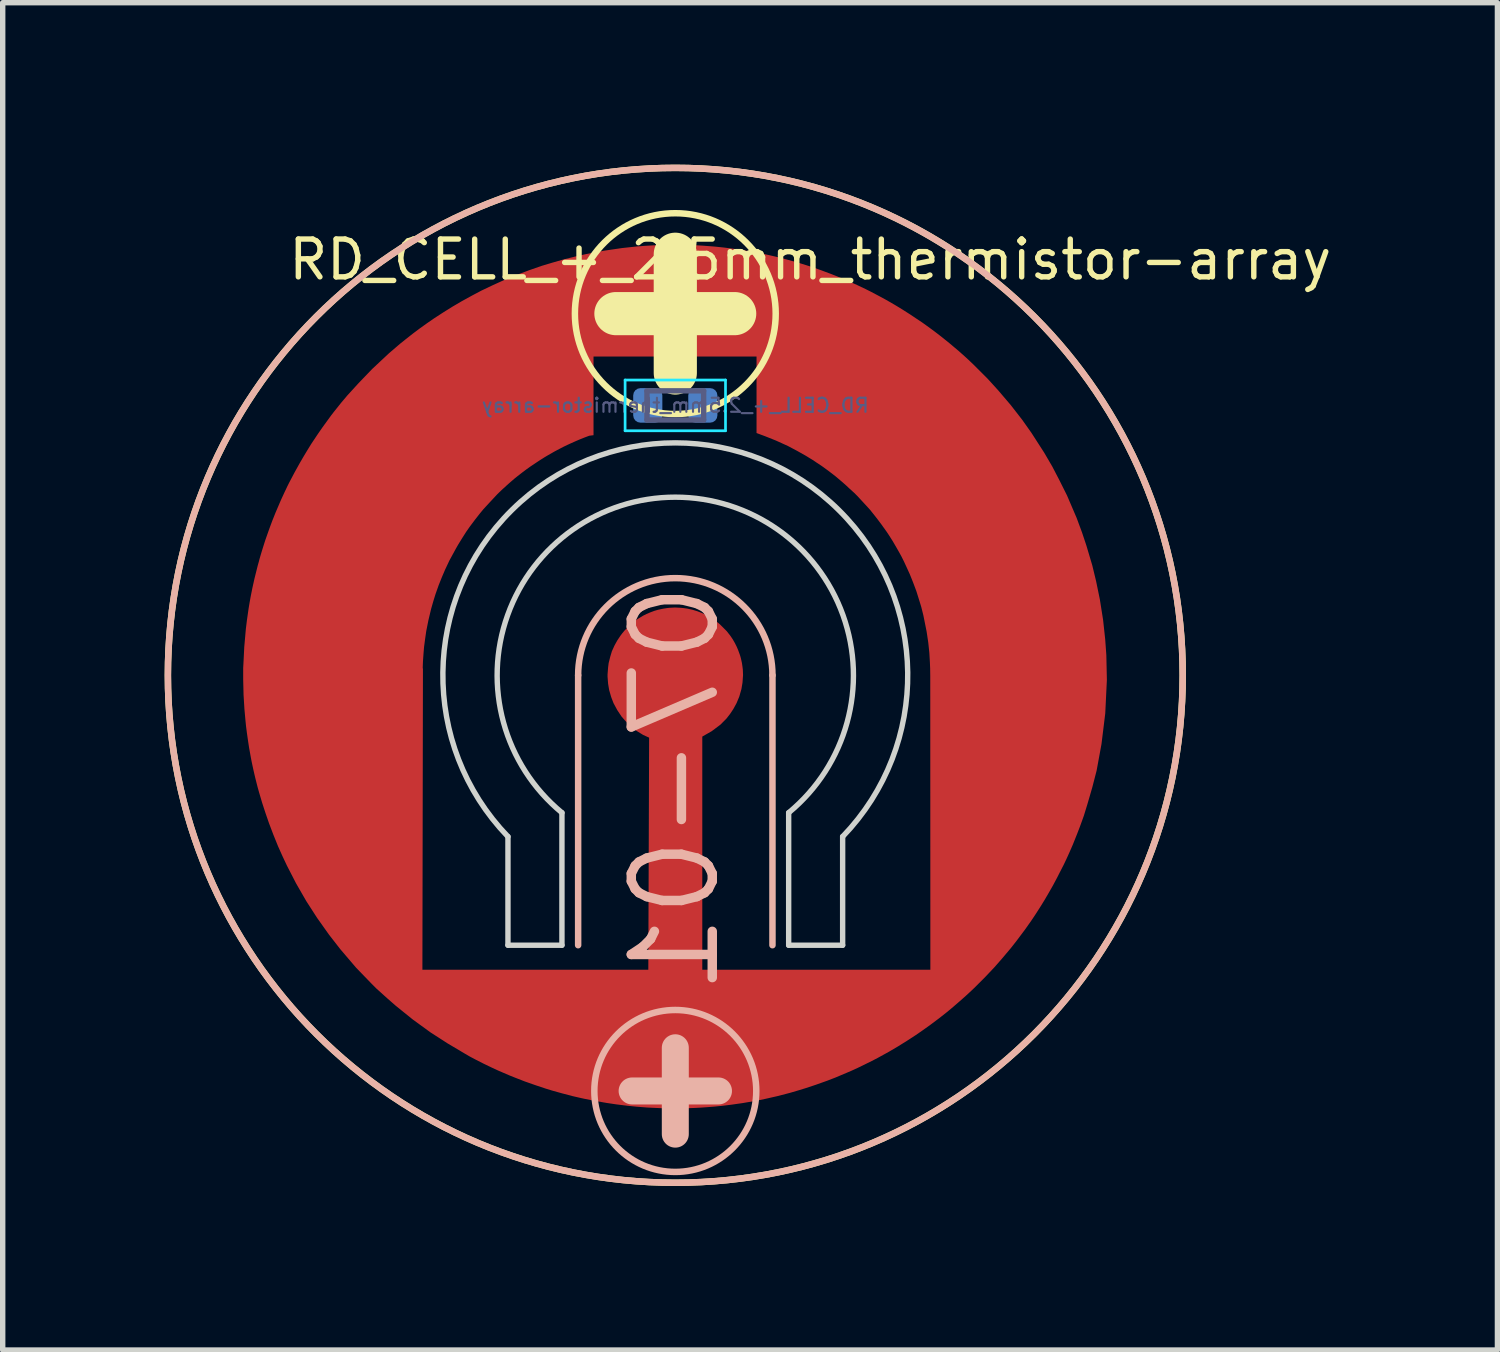
<source format=kicad_pcb>
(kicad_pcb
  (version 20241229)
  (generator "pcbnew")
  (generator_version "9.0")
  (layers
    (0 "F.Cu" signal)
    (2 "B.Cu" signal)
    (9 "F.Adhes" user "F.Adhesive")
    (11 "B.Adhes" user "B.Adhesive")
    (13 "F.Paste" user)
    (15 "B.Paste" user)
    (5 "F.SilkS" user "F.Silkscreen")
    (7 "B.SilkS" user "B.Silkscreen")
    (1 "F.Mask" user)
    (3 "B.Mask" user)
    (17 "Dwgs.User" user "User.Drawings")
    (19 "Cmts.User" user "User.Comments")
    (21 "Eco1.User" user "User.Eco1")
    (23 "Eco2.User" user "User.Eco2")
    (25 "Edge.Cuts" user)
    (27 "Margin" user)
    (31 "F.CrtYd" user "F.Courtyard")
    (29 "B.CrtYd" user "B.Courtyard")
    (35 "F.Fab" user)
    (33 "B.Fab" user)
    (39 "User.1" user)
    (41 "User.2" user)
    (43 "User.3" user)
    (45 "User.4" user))
  (footprint "RD_CELL_+_2.5mm_thermistor-array"
    (layer "F.Cu")
    (at 9.46 9.46)
    (property "Reference" "RD_CELL_+_2.5mm_thermistor-array" (at 2.5 -7.7 0) (layer "F.SilkS") (effects (font (size 0.7 0.7) (thickness 0.1))))
    (property "Number" "07-01" (at 0 0 0) (layer "F.Fab") (hide yes) (effects (font (size 1.27 1.27) (thickness 0.15))))
    (attr through_hole exclude_from_pos_files exclude_from_bom)
    (fp_line (start -9.1 -1.15) (end -8.95 -1.3) (stroke (width 0.3) (type solid)) (layer "In1.Cu"))
    (fp_line (start -9.1 -0.85) (end -9.1 -1.15) (stroke (width 0.3) (type solid)) (layer "In1.Cu"))
    (fp_line (start -9.1 0.05) (end -8.95 -0.1) (stroke (width 0.3) (type solid)) (layer "In1.Cu"))
    (fp_line (start -9.1 0.35) (end -9.1 0.05) (stroke (width 0.3) (type solid)) (layer "In1.Cu"))
    (fp_line (start -8.95 -1.3) (end -5.05 -1.3) (stroke (width 0.3) (type solid)) (layer "In1.Cu"))
    (fp_line (start -8.95 -0.7) (end -9.1 -0.85) (stroke (width 0.3) (type solid)) (layer "In1.Cu"))
    (fp_line (start -8.95 -0.1) (end -5.05 -0.1) (stroke (width 0.3) (type solid)) (layer "In1.Cu"))
    (fp_line (start -8.95 0.5) (end -9.1 0.35) (stroke (width 0.3) (type solid)) (layer "In1.Cu"))
    (fp_line (start -8.8 -2.35) (end -8.65 -2.5) (stroke (width 0.3) (type solid)) (layer "In1.Cu"))
    (fp_line (start -8.8 -2.05) (end -8.8 -2.35) (stroke (width 0.3) (type solid)) (layer "In1.Cu"))
    (fp_line (start -8.8 1.25) (end -8.65 1.1) (stroke (width 0.3) (type solid)) (layer "In1.Cu"))
    (fp_line (start -8.8 1.55) (end -8.8 1.25) (stroke (width 0.3) (type solid)) (layer "In1.Cu"))
    (fp_line (start -8.65 -2.5) (end -4.45 -2.5) (stroke (width 0.3) (type solid)) (layer "In1.Cu"))
    (fp_line (start -8.65 -1.9) (end -8.8 -2.05) (stroke (width 0.3) (type solid)) (layer "In1.Cu"))
    (fp_line (start -8.65 1.1) (end -5.05 1.1) (stroke (width 0.3) (type solid)) (layer "In1.Cu"))
    (fp_line (start -8.65 1.7) (end -8.8 1.55) (stroke (width 0.3) (type solid)) (layer "In1.Cu"))
    (fp_line (start -8.5 -3.55) (end -8.35 -3.7) (stroke (width 0.3) (type solid)) (layer "In1.Cu"))
    (fp_line (start -8.5 -3.25) (end -8.5 -3.55) (stroke (width 0.3) (type solid)) (layer "In1.Cu"))
    (fp_line (start -8.5 2.45) (end -8.35 2.3) (stroke (width 0.3) (type solid)) (layer "In1.Cu"))
    (fp_line (start -8.5 2.75) (end -8.5 2.45) (stroke (width 0.3) (type solid)) (layer "In1.Cu"))
    (fp_line (start -8.35 -3.7) (end -3.25 -3.7) (stroke (width 0.3) (type solid)) (layer "In1.Cu"))
    (fp_line (start -8.35 -3.1) (end -8.5 -3.25) (stroke (width 0.3) (type solid)) (layer "In1.Cu"))
    (fp_line (start -8.35 2.3) (end -4.75 2.3) (stroke (width 0.3) (type solid)) (layer "In1.Cu"))
    (fp_line (start -8.35 2.9) (end -8.5 2.75) (stroke (width 0.3) (type solid)) (layer "In1.Cu"))
    (fp_line (start -8.2 3.65) (end -8.05 3.5) (stroke (width 0.3) (type solid)) (layer "In1.Cu"))
    (fp_line (start -8.2 3.95) (end -8.2 3.65) (stroke (width 0.3) (type solid)) (layer "In1.Cu"))
    (fp_line (start -8.05 3.5) (end -4.15 3.5) (stroke (width 0.3) (type solid)) (layer "In1.Cu"))
    (fp_line (start -8.05 4.1) (end -8.2 3.95) (stroke (width 0.3) (type solid)) (layer "In1.Cu"))
    (fp_line (start -7.6 -4.75) (end -7.45 -4.9) (stroke (width 0.3) (type solid)) (layer "In1.Cu"))
    (fp_line (start -7.6 -4.45) (end -7.6 -4.75) (stroke (width 0.3) (type solid)) (layer "In1.Cu"))
    (fp_line (start -7.6 4.85) (end -7.45 4.7) (stroke (width 0.3) (type solid)) (layer "In1.Cu"))
    (fp_line (start -7.6 5.15) (end -7.6 4.85) (stroke (width 0.3) (type solid)) (layer "In1.Cu"))
    (fp_line (start -7.45 -4.9) (end -2.025 -4.9) (stroke (width 0.3) (type solid)) (layer "In1.Cu"))
    (fp_line (start -7.45 -4.3) (end -7.6 -4.45) (stroke (width 0.3) (type solid)) (layer "In1.Cu"))
    (fp_line (start -7.45 4.7) (end -3.85 4.7) (stroke (width 0.3) (type solid)) (layer "In1.Cu"))
    (fp_line (start -7.45 5.3) (end -7.6 5.15) (stroke (width 0.3) (type solid)) (layer "In1.Cu"))
    (fp_line (start -7 -5.95) (end -6.85 -6.1) (stroke (width 0.3) (type solid)) (layer "In1.Cu"))
    (fp_line (start -7 -5.65) (end -7 -5.95) (stroke (width 0.3) (type solid)) (layer "In1.Cu"))
    (fp_line (start -6.85 -6.1) (end -0.85 -6.1) (stroke (width 0.3) (type solid)) (layer "In1.Cu"))
    (fp_line (start -6.85 -5.5) (end -7 -5.65) (stroke (width 0.3) (type solid)) (layer "In1.Cu"))
    (fp_line (start -6.4 6.05) (end -6.25 5.9) (stroke (width 0.3) (type solid)) (layer "In1.Cu"))
    (fp_line (start -6.4 6.35) (end -6.4 6.05) (stroke (width 0.3) (type solid)) (layer "In1.Cu"))
    (fp_line (start -6.25 5.9) (end -3.85 5.9) (stroke (width 0.3) (type solid)) (layer "In1.Cu"))
    (fp_line (start -6.25 6.5) (end -6.4 6.35) (stroke (width 0.3) (type solid)) (layer "In1.Cu"))
    (fp_line (start -5.8 -7.15) (end -5.65 -7.3) (stroke (width 0.3) (type solid)) (layer "In1.Cu"))
    (fp_line (start -5.8 -6.85) (end -5.8 -7.15) (stroke (width 0.3) (type solid)) (layer "In1.Cu"))
    (fp_line (start -5.65 -7.3) (end -0.85 -7.3) (stroke (width 0.3) (type solid)) (layer "In1.Cu"))
    (fp_line (start -5.65 -6.7) (end -5.8 -6.85) (stroke (width 0.3) (type solid)) (layer "In1.Cu"))
    (fp_line (start -5.2 7.25) (end -5.05 7.1) (stroke (width 0.3) (type solid)) (layer "In1.Cu"))
    (fp_line (start -5.2 7.55) (end -5.2 7.25) (stroke (width 0.3) (type solid)) (layer "In1.Cu"))
    (fp_line (start -5.05 -1.9) (end -8.65 -1.9) (stroke (width 0.3) (type solid)) (layer "In1.Cu"))
    (fp_line (start -5.05 -1.3) (end -4.9 -1.45) (stroke (width 0.3) (type solid)) (layer "In1.Cu"))
    (fp_line (start -5.05 -0.7) (end -8.95 -0.7) (stroke (width 0.3) (type solid)) (layer "In1.Cu"))
    (fp_line (start -5.05 -0.1) (end -4.9 -0.25) (stroke (width 0.3) (type solid)) (layer "In1.Cu"))
    (fp_line (start -5.05 0.5) (end -8.95 0.5) (stroke (width 0.3) (type solid)) (layer "In1.Cu"))
    (fp_line (start -5.05 1.1) (end -4.9 0.95) (stroke (width 0.3) (type solid)) (layer "In1.Cu"))
    (fp_line (start -5.05 7.1) (end -0.55 7.1) (stroke (width 0.3) (type solid)) (layer "In1.Cu"))
    (fp_line (start -5.05 7.7) (end -5.2 7.55) (stroke (width 0.3) (type solid)) (layer "In1.Cu"))
    (fp_line (start -4.9 -1.75) (end -5.05 -1.9) (stroke (width 0.3) (type solid)) (layer "In1.Cu"))
    (fp_line (start -4.9 -1.45) (end -4.9 -1.75) (stroke (width 0.3) (type solid)) (layer "In1.Cu"))
    (fp_line (start -4.9 -0.55) (end -5.05 -0.7) (stroke (width 0.3) (type solid)) (layer "In1.Cu"))
    (fp_line (start -4.9 -0.25) (end -4.9 -0.55) (stroke (width 0.3) (type solid)) (layer "In1.Cu"))
    (fp_line (start -4.9 0.65) (end -5.05 0.5) (stroke (width 0.3) (type solid)) (layer "In1.Cu"))
    (fp_line (start -4.9 0.95) (end -4.9 0.65) (stroke (width 0.3) (type solid)) (layer "In1.Cu"))
    (fp_line (start -4.75 1.7) (end -8.65 1.7) (stroke (width 0.3) (type solid)) (layer "In1.Cu"))
    (fp_line (start -4.75 2.3) (end -4.6 2.15) (stroke (width 0.3) (type solid)) (layer "In1.Cu"))
    (fp_line (start -4.6 1.85) (end -4.75 1.7) (stroke (width 0.3) (type solid)) (layer "In1.Cu"))
    (fp_line (start -4.6 2.15) (end -4.6 1.85) (stroke (width 0.3) (type solid)) (layer "In1.Cu"))
    (fp_line (start -4.45 -3.1) (end -8.35 -3.1) (stroke (width 0.3) (type solid)) (layer "In1.Cu"))
    (fp_line (start -4.45 -2.5) (end -4.3 -2.65) (stroke (width 0.3) (type solid)) (layer "In1.Cu"))
    (fp_line (start -4.3 -2.95) (end -4.45 -3.1) (stroke (width 0.3) (type solid)) (layer "In1.Cu"))
    (fp_line (start -4.3 -2.65) (end -4.3 -2.95) (stroke (width 0.3) (type solid)) (layer "In1.Cu"))
    (fp_line (start -4.15 2.9) (end -8.35 2.9) (stroke (width 0.3) (type solid)) (layer "In1.Cu"))
    (fp_line (start -4.15 3.5) (end -4 3.35) (stroke (width 0.3) (type solid)) (layer "In1.Cu"))
    (fp_line (start -4 -8.35) (end -3.85 -8.5) (stroke (width 0.3) (type solid)) (layer "In1.Cu"))
    (fp_line (start -4 -8.05) (end -4 -8.35) (stroke (width 0.3) (type solid)) (layer "In1.Cu"))
    (fp_line (start -4 3.05) (end -4.15 2.9) (stroke (width 0.3) (type solid)) (layer "In1.Cu"))
    (fp_line (start -4 3.35) (end -4 3.05) (stroke (width 0.3) (type solid)) (layer "In1.Cu"))
    (fp_line (start -3.85 -8.5) (end -0.85 -8.5) (stroke (width 0.3) (type solid)) (layer "In1.Cu"))
    (fp_line (start -3.85 -7.9) (end -4 -8.05) (stroke (width 0.3) (type solid)) (layer "In1.Cu"))
    (fp_line (start -3.85 4.1) (end -8.05 4.1) (stroke (width 0.3) (type solid)) (layer "In1.Cu"))
    (fp_line (start -3.85 4.7) (end -3.7 4.55) (stroke (width 0.3) (type solid)) (layer "In1.Cu"))
    (fp_line (start -3.85 5.3) (end -7.45 5.3) (stroke (width 0.3) (type solid)) (layer "In1.Cu"))
    (fp_line (start -3.85 5.9) (end -3.7 5.75) (stroke (width 0.3) (type solid)) (layer "In1.Cu"))
    (fp_line (start -3.7 4.25) (end -3.85 4.1) (stroke (width 0.3) (type solid)) (layer "In1.Cu"))
    (fp_line (start -3.7 4.55) (end -3.7 4.25) (stroke (width 0.3) (type solid)) (layer "In1.Cu"))
    (fp_line (start -3.7 5.45) (end -3.85 5.3) (stroke (width 0.3) (type solid)) (layer "In1.Cu"))
    (fp_line (start -3.7 5.75) (end -3.7 5.45) (stroke (width 0.3) (type solid)) (layer "In1.Cu"))
    (fp_line (start -3.25 -4.3) (end -7.45 -4.3) (stroke (width 0.3) (type solid)) (layer "In1.Cu"))
    (fp_line (start -3.25 -3.7) (end -3.1 -3.85) (stroke (width 0.3) (type solid)) (layer "In1.Cu"))
    (fp_line (start -3.1 -4.15) (end -3.25 -4.3) (stroke (width 0.3) (type solid)) (layer "In1.Cu"))
    (fp_line (start -3.1 -3.85) (end -3.1 -4.15) (stroke (width 0.3) (type solid)) (layer "In1.Cu"))
    (fp_line (start -2.025 -5.5) (end -6.85 -5.5) (stroke (width 0.3) (type solid)) (layer "In1.Cu"))
    (fp_line (start -2.025 -4.9) (end -1.875 -5.05) (stroke (width 0.3) (type solid)) (layer "In1.Cu"))
    (fp_line (start -1.875 -5.35) (end -2.025 -5.5) (stroke (width 0.3) (type solid)) (layer "In1.Cu"))
    (fp_line (start -1.875 -5.05) (end -1.875 -5.35) (stroke (width 0.3) (type solid)) (layer "In1.Cu"))
    (fp_line (start -1 8.7) (end -0.4 8.15) (stroke (width 0.3) (type solid)) (layer "In1.Cu"))
    (fp_line (start -0.85 -8.5) (end -0.7 -8.65) (stroke (width 0.3) (type solid)) (layer "In1.Cu"))
    (fp_line (start -0.85 -7.9) (end -3.85 -7.9) (stroke (width 0.3) (type solid)) (layer "In1.Cu"))
    (fp_line (start -0.85 -7.3) (end -0.7 -7.45) (stroke (width 0.3) (type solid)) (layer "In1.Cu"))
    (fp_line (start -0.85 -6.7) (end -5.65 -6.7) (stroke (width 0.3) (type solid)) (layer "In1.Cu"))
    (fp_line (start -0.85 -6.1) (end -0.7 -6.25) (stroke (width 0.3) (type solid)) (layer "In1.Cu"))
    (fp_line (start -0.7 -8.95) (end -0.55 -9.1) (stroke (width 0.3) (type solid)) (layer "In1.Cu"))
    (fp_line (start -0.7 -8.65) (end -0.7 -8.95) (stroke (width 0.3) (type solid)) (layer "In1.Cu"))
    (fp_line (start -0.7 -7.75) (end -0.85 -7.9) (stroke (width 0.3) (type solid)) (layer "In1.Cu"))
    (fp_line (start -0.7 -7.45) (end -0.7 -7.75) (stroke (width 0.3) (type solid)) (layer "In1.Cu"))
    (fp_line (start -0.7 -6.55) (end -0.85 -6.7) (stroke (width 0.3) (type solid)) (layer "In1.Cu"))
    (fp_line (start -0.7 -6.25) (end -0.7 -6.55) (stroke (width 0.3) (type solid)) (layer "In1.Cu"))
    (fp_line (start -0.55 -9.1) (end 0.65 -9.1) (stroke (width 0.3) (type solid)) (layer "In1.Cu"))
    (fp_line (start -0.55 6.5) (end -6.25 6.5) (stroke (width 0.3) (type solid)) (layer "In1.Cu"))
    (fp_line (start -0.55 7.1) (end -0.4 6.95) (stroke (width 0.3) (type solid)) (layer "In1.Cu"))
    (fp_line (start -0.55 7.7) (end -5.05 7.7) (stroke (width 0.3) (type solid)) (layer "In1.Cu"))
    (fp_line (start -0.4 6.65) (end -0.55 6.5) (stroke (width 0.3) (type solid)) (layer "In1.Cu"))
    (fp_line (start -0.4 6.95) (end -0.4 6.65) (stroke (width 0.3) (type solid)) (layer "In1.Cu"))
    (fp_line (start -0.4 7.85) (end -0.55 7.7) (stroke (width 0.3) (type solid)) (layer "In1.Cu"))
    (fp_line (start -0.4 8.15) (end -0.4 7.85) (stroke (width 0.3) (type solid)) (layer "In1.Cu"))
    (fp_line (start 0.5 6.65) (end 0.5 6.95) (stroke (width 0.3) (type solid)) (layer "In1.Cu"))
    (fp_line (start 0.5 6.95) (end 0.65 7.1) (stroke (width 0.3) (type solid)) (layer "In1.Cu"))
    (fp_line (start 0.5 7.85) (end 0.5 8.15) (stroke (width 0.3) (type solid)) (layer "In1.Cu"))
    (fp_line (start 0.65 -9.1) (end 0.8 -8.95) (stroke (width 0.3) (type solid)) (layer "In1.Cu"))
    (fp_line (start 0.65 6.5) (end 0.5 6.65) (stroke (width 0.3) (type solid)) (layer "In1.Cu"))
    (fp_line (start 0.65 7.1) (end 5.15 7.1) (stroke (width 0.3) (type solid)) (layer "In1.Cu"))
    (fp_line (start 0.65 7.7) (end 0.5 7.85) (stroke (width 0.3) (type solid)) (layer "In1.Cu"))
    (fp_line (start 0.8 -8.95) (end 0.8 -8.65) (stroke (width 0.3) (type solid)) (layer "In1.Cu"))
    (fp_line (start 0.8 -8.65) (end 0.95 -8.5) (stroke (width 0.3) (type solid)) (layer "In1.Cu"))
    (fp_line (start 0.8 -7.75) (end 0.8 -7.45) (stroke (width 0.3) (type solid)) (layer "In1.Cu"))
    (fp_line (start 0.8 -7.45) (end 0.95 -7.3) (stroke (width 0.3) (type solid)) (layer "In1.Cu"))
    (fp_line (start 0.8 -6.55) (end 0.8 -6.25) (stroke (width 0.3) (type solid)) (layer "In1.Cu"))
    (fp_line (start 0.8 -6.25) (end 0.95 -6.1) (stroke (width 0.3) (type solid)) (layer "In1.Cu"))
    (fp_line (start 0.95 -8.5) (end 3.95 -8.5) (stroke (width 0.3) (type solid)) (layer "In1.Cu"))
    (fp_line (start 0.95 -7.9) (end 0.8 -7.75) (stroke (width 0.3) (type solid)) (layer "In1.Cu"))
    (fp_line (start 0.95 -7.3) (end 5.75 -7.3) (stroke (width 0.3) (type solid)) (layer "In1.Cu"))
    (fp_line (start 0.95 -6.7) (end 0.8 -6.55) (stroke (width 0.3) (type solid)) (layer "In1.Cu"))
    (fp_line (start 0.95 -6.1) (end 6.95 -6.1) (stroke (width 0.3) (type solid)) (layer "In1.Cu"))
    (fp_line (start 1 8.6) (end 0.5 8.15) (stroke (width 0.3) (type solid)) (layer "In1.Cu"))
    (fp_line (start 1.95 -5.35) (end 1.95 -5.05) (stroke (width 0.3) (type solid)) (layer "In1.Cu"))
    (fp_line (start 1.95 -5.05) (end 2.1 -4.9) (stroke (width 0.3) (type solid)) (layer "In1.Cu"))
    (fp_line (start 2.1 -5.5) (end 1.95 -5.35) (stroke (width 0.3) (type solid)) (layer "In1.Cu"))
    (fp_line (start 2.1 -4.9) (end 7.55 -4.9) (stroke (width 0.3) (type solid)) (layer "In1.Cu"))
    (fp_line (start 3.2 -4.15) (end 3.2 -3.85) (stroke (width 0.3) (type solid)) (layer "In1.Cu"))
    (fp_line (start 3.2 -3.85) (end 3.35 -3.7) (stroke (width 0.3) (type solid)) (layer "In1.Cu"))
    (fp_line (start 3.35 -4.3) (end 3.2 -4.15) (stroke (width 0.3) (type solid)) (layer "In1.Cu"))
    (fp_line (start 3.35 -3.7) (end 8.45 -3.7) (stroke (width 0.3) (type solid)) (layer "In1.Cu"))
    (fp_line (start 3.8 4.25) (end 3.8 4.55) (stroke (width 0.3) (type solid)) (layer "In1.Cu"))
    (fp_line (start 3.8 4.55) (end 3.95 4.7) (stroke (width 0.3) (type solid)) (layer "In1.Cu"))
    (fp_line (start 3.8 5.45) (end 3.8 5.75) (stroke (width 0.3) (type solid)) (layer "In1.Cu"))
    (fp_line (start 3.8 5.75) (end 3.95 5.9) (stroke (width 0.3) (type solid)) (layer "In1.Cu"))
    (fp_line (start 3.95 -8.5) (end 4.1 -8.35) (stroke (width 0.3) (type solid)) (layer "In1.Cu"))
    (fp_line (start 3.95 -7.9) (end 0.95 -7.9) (stroke (width 0.3) (type solid)) (layer "In1.Cu"))
    (fp_line (start 3.95 4.1) (end 3.8 4.25) (stroke (width 0.3) (type solid)) (layer "In1.Cu"))
    (fp_line (start 3.95 4.7) (end 7.55 4.7) (stroke (width 0.3) (type solid)) (layer "In1.Cu"))
    (fp_line (start 3.95 5.3) (end 3.8 5.45) (stroke (width 0.3) (type solid)) (layer "In1.Cu"))
    (fp_line (start 3.95 5.9) (end 6.35 5.9) (stroke (width 0.3) (type solid)) (layer "In1.Cu"))
    (fp_line (start 4.1 -8.35) (end 4.1 -8.05) (stroke (width 0.3) (type solid)) (layer "In1.Cu"))
    (fp_line (start 4.1 -8.05) (end 3.95 -7.9) (stroke (width 0.3) (type solid)) (layer "In1.Cu"))
    (fp_line (start 4.1 3.05) (end 4.1 3.35) (stroke (width 0.3) (type solid)) (layer "In1.Cu"))
    (fp_line (start 4.1 3.35) (end 4.25 3.5) (stroke (width 0.3) (type solid)) (layer "In1.Cu"))
    (fp_line (start 4.25 2.9) (end 4.1 3.05) (stroke (width 0.3) (type solid)) (layer "In1.Cu"))
    (fp_line (start 4.25 3.5) (end 8.15 3.5) (stroke (width 0.3) (type solid)) (layer "In1.Cu"))
    (fp_line (start 4.4 -2.95) (end 4.4 -2.65) (stroke (width 0.3) (type solid)) (layer "In1.Cu"))
    (fp_line (start 4.4 -2.65) (end 4.55 -2.5) (stroke (width 0.3) (type solid)) (layer "In1.Cu"))
    (fp_line (start 4.55 -3.1) (end 4.4 -2.95) (stroke (width 0.3) (type solid)) (layer "In1.Cu"))
    (fp_line (start 4.55 -2.5) (end 8.75 -2.5) (stroke (width 0.3) (type solid)) (layer "In1.Cu"))
    (fp_line (start 4.7 -1.75) (end 4.7 -1.45) (stroke (width 0.3) (type solid)) (layer "In1.Cu"))
    (fp_line (start 4.7 -1.45) (end 4.85 -1.3) (stroke (width 0.3) (type solid)) (layer "In1.Cu"))
    (fp_line (start 4.7 1.85) (end 4.7 2.15) (stroke (width 0.3) (type solid)) (layer "In1.Cu"))
    (fp_line (start 4.7 2.15) (end 4.85 2.3) (stroke (width 0.3) (type solid)) (layer "In1.Cu"))
    (fp_line (start 4.85 -1.9) (end 4.7 -1.75) (stroke (width 0.3) (type solid)) (layer "In1.Cu"))
    (fp_line (start 4.85 -1.3) (end 9.05 -1.3) (stroke (width 0.3) (type solid)) (layer "In1.Cu"))
    (fp_line (start 4.85 1.7) (end 4.7 1.85) (stroke (width 0.3) (type solid)) (layer "In1.Cu"))
    (fp_line (start 4.85 2.3) (end 8.45 2.3) (stroke (width 0.3) (type solid)) (layer "In1.Cu"))
    (fp_line (start 5 -0.55) (end 5 -0.25) (stroke (width 0.3) (type solid)) (layer "In1.Cu"))
    (fp_line (start 5 -0.25) (end 5.15 -0.1) (stroke (width 0.3) (type solid)) (layer "In1.Cu"))
    (fp_line (start 5 0.65) (end 5 0.95) (stroke (width 0.3) (type solid)) (layer "In1.Cu"))
    (fp_line (start 5 0.95) (end 5.15 1.1) (stroke (width 0.3) (type solid)) (layer "In1.Cu"))
    (fp_line (start 5.15 -0.7) (end 5 -0.55) (stroke (width 0.3) (type solid)) (layer "In1.Cu"))
    (fp_line (start 5.15 -0.1) (end 9.05 -0.1) (stroke (width 0.3) (type solid)) (layer "In1.Cu"))
    (fp_line (start 5.15 0.5) (end 5 0.65) (stroke (width 0.3) (type solid)) (layer "In1.Cu"))
    (fp_line (start 5.15 1.1) (end 8.75 1.1) (stroke (width 0.3) (type solid)) (layer "In1.Cu"))
    (fp_line (start 5.15 7.1) (end 5.3 7.25) (stroke (width 0.3) (type solid)) (layer "In1.Cu"))
    (fp_line (start 5.15 7.7) (end 0.65 7.7) (stroke (width 0.3) (type solid)) (layer "In1.Cu"))
    (fp_line (start 5.3 7.25) (end 5.3 7.55) (stroke (width 0.3) (type solid)) (layer "In1.Cu"))
    (fp_line (start 5.3 7.55) (end 5.15 7.7) (stroke (width 0.3) (type solid)) (layer "In1.Cu"))
    (fp_line (start 5.75 -7.3) (end 5.9 -7.15) (stroke (width 0.3) (type solid)) (layer "In1.Cu"))
    (fp_line (start 5.75 -6.7) (end 0.95 -6.7) (stroke (width 0.3) (type solid)) (layer "In1.Cu"))
    (fp_line (start 5.9 -7.15) (end 5.9 -6.85) (stroke (width 0.3) (type solid)) (layer "In1.Cu"))
    (fp_line (start 5.9 -6.85) (end 5.75 -6.7) (stroke (width 0.3) (type solid)) (layer "In1.Cu"))
    (fp_line (start 6.35 5.9) (end 6.5 6.05) (stroke (width 0.3) (type solid)) (layer "In1.Cu"))
    (fp_line (start 6.35 6.5) (end 0.65 6.5) (stroke (width 0.3) (type solid)) (layer "In1.Cu"))
    (fp_line (start 6.5 6.05) (end 6.5 6.35) (stroke (width 0.3) (type solid)) (layer "In1.Cu"))
    (fp_line (start 6.5 6.35) (end 6.35 6.5) (stroke (width 0.3) (type solid)) (layer "In1.Cu"))
    (fp_line (start 6.95 -6.1) (end 7.1 -5.95) (stroke (width 0.3) (type solid)) (layer "In1.Cu"))
    (fp_line (start 6.95 -5.5) (end 2.1 -5.5) (stroke (width 0.3) (type solid)) (layer "In1.Cu"))
    (fp_line (start 7.1 -5.95) (end 7.1 -5.65) (stroke (width 0.3) (type solid)) (layer "In1.Cu"))
    (fp_line (start 7.1 -5.65) (end 6.95 -5.5) (stroke (width 0.3) (type solid)) (layer "In1.Cu"))
    (fp_line (start 7.55 -4.9) (end 7.7 -4.75) (stroke (width 0.3) (type solid)) (layer "In1.Cu"))
    (fp_line (start 7.55 -4.3) (end 3.35 -4.3) (stroke (width 0.3) (type solid)) (layer "In1.Cu"))
    (fp_line (start 7.55 4.7) (end 7.7 4.85) (stroke (width 0.3) (type solid)) (layer "In1.Cu"))
    (fp_line (start 7.55 5.3) (end 3.95 5.3) (stroke (width 0.3) (type solid)) (layer "In1.Cu"))
    (fp_line (start 7.7 -4.75) (end 7.7 -4.45) (stroke (width 0.3) (type solid)) (layer "In1.Cu"))
    (fp_line (start 7.7 -4.45) (end 7.55 -4.3) (stroke (width 0.3) (type solid)) (layer "In1.Cu"))
    (fp_line (start 7.7 4.85) (end 7.7 5.15) (stroke (width 0.3) (type solid)) (layer "In1.Cu"))
    (fp_line (start 7.7 5.15) (end 7.55 5.3) (stroke (width 0.3) (type solid)) (layer "In1.Cu"))
    (fp_line (start 8.15 3.5) (end 8.3 3.65) (stroke (width 0.3) (type solid)) (layer "In1.Cu"))
    (fp_line (start 8.15 4.1) (end 3.95 4.1) (stroke (width 0.3) (type solid)) (layer "In1.Cu"))
    (fp_line (start 8.3 3.65) (end 8.3 3.95) (stroke (width 0.3) (type solid)) (layer "In1.Cu"))
    (fp_line (start 8.3 3.95) (end 8.15 4.1) (stroke (width 0.3) (type solid)) (layer "In1.Cu"))
    (fp_line (start 8.45 -3.7) (end 8.6 -3.55) (stroke (width 0.3) (type solid)) (layer "In1.Cu"))
    (fp_line (start 8.45 -3.1) (end 4.55 -3.1) (stroke (width 0.3) (type solid)) (layer "In1.Cu"))
    (fp_line (start 8.45 2.3) (end 8.6 2.45) (stroke (width 0.3) (type solid)) (layer "In1.Cu"))
    (fp_line (start 8.45 2.9) (end 4.25 2.9) (stroke (width 0.3) (type solid)) (layer "In1.Cu"))
    (fp_line (start 8.6 -3.55) (end 8.6 -3.25) (stroke (width 0.3) (type solid)) (layer "In1.Cu"))
    (fp_line (start 8.6 -3.25) (end 8.45 -3.1) (stroke (width 0.3) (type solid)) (layer "In1.Cu"))
    (fp_line (start 8.6 2.45) (end 8.6 2.75) (stroke (width 0.3) (type solid)) (layer "In1.Cu"))
    (fp_line (start 8.6 2.75) (end 8.45 2.9) (stroke (width 0.3) (type solid)) (layer "In1.Cu"))
    (fp_line (start 8.75 -2.5) (end 8.9 -2.35) (stroke (width 0.3) (type solid)) (layer "In1.Cu"))
    (fp_line (start 8.75 -1.9) (end 4.85 -1.9) (stroke (width 0.3) (type solid)) (layer "In1.Cu"))
    (fp_line (start 8.75 1.1) (end 8.9 1.25) (stroke (width 0.3) (type solid)) (layer "In1.Cu"))
    (fp_line (start 8.75 1.7) (end 4.85 1.7) (stroke (width 0.3) (type solid)) (layer "In1.Cu"))
    (fp_line (start 8.9 -2.35) (end 8.9 -2.05) (stroke (width 0.3) (type solid)) (layer "In1.Cu"))
    (fp_line (start 8.9 -2.05) (end 8.75 -1.9) (stroke (width 0.3) (type solid)) (layer "In1.Cu"))
    (fp_line (start 8.9 1.25) (end 8.9 1.55) (stroke (width 0.3) (type solid)) (layer "In1.Cu"))
    (fp_line (start 8.9 1.55) (end 8.75 1.7) (stroke (width 0.3) (type solid)) (layer "In1.Cu"))
    (fp_line (start 9.05 -1.3) (end 9.2 -1.15) (stroke (width 0.3) (type solid)) (layer "In1.Cu"))
    (fp_line (start 9.05 -0.7) (end 5.15 -0.7) (stroke (width 0.3) (type solid)) (layer "In1.Cu"))
    (fp_line (start 9.05 -0.1) (end 9.2 0.05) (stroke (width 0.3) (type solid)) (layer "In1.Cu"))
    (fp_line (start 9.05 0.5) (end 5.15 0.5) (stroke (width 0.3) (type solid)) (layer "In1.Cu"))
    (fp_line (start 9.2 -1.15) (end 9.2 -0.85) (stroke (width 0.3) (type solid)) (layer "In1.Cu"))
    (fp_line (start 9.2 -0.85) (end 9.05 -0.7) (stroke (width 0.3) (type solid)) (layer "In1.Cu"))
    (fp_line (start 9.2 0.05) (end 9.2 0.35) (stroke (width 0.3) (type solid)) (layer "In1.Cu"))
    (fp_line (start 9.2 0.35) (end 9.05 0.5) (stroke (width 0.3) (type solid)) (layer "In1.Cu"))
    (fp_line (start -1.1 -6.7) (end 1.1 -6.7) (stroke (width 0.8) (type solid)) (layer "F.SilkS"))
    (fp_line (start 0 -5.6) (end 0 -7.8) (stroke (width 0.8) (type solid)) (layer "F.SilkS"))
    (fp_circle (center 0 -6.7) (end 1.86 -6.7) (stroke (width 0.12) (type solid)) (fill no) (layer "F.SilkS"))
    (fp_circle (center 0 0) (end 9.4 0) (stroke (width 0.12) (type solid)) (fill no) (layer "F.SilkS"))
    (fp_line (start -1.8 0) (end -1.8 5) (stroke (width 0.12) (type solid)) (layer "B.SilkS"))
    (fp_line (start -0.8 7.7) (end 0.8 7.7) (stroke (width 0.5) (type solid)) (layer "B.SilkS"))
    (fp_line (start 0 8.5) (end 0 6.9) (stroke (width 0.5) (type solid)) (layer "B.SilkS"))
    (fp_line (start 1.8 0) (end 1.8 5) (stroke (width 0.12) (type solid)) (layer "B.SilkS"))
    (fp_arc (start -1.8 0) (mid 0 -1.8) (end 1.8 0) (stroke (width 0.12) (type solid)) (layer "B.SilkS"))
    (fp_circle (center 0 0) (end 9.4 0) (stroke (width 0.12) (type solid)) (fill no) (layer "B.SilkS"))
    (fp_circle (center 0 7.7) (end 1.5 7.7) (stroke (width 0.12) (type solid)) (fill no) (layer "B.SilkS"))
    (fp_line (start -3.1 2.988) (end -3.1 5) (stroke (width 0.1) (type solid)) (layer "Edge.Cuts"))
    (fp_line (start -3.1 5) (end -2.1 5) (stroke (width 0.1) (type solid)) (layer "Edge.Cuts"))
    (fp_line (start -2.1 5) (end -2.1 2.546) (stroke (width 0.1) (type solid)) (layer "Edge.Cuts"))
    (fp_line (start 2.1 2.546) (end 2.1 5) (stroke (width 0.1) (type solid)) (layer "Edge.Cuts"))
    (fp_line (start 2.1 5) (end 3.1 5) (stroke (width 0.1) (type solid)) (layer "Edge.Cuts"))
    (fp_line (start 3.1 5) (end 3.1 2.988) (stroke (width 0.1) (type solid)) (layer "Edge.Cuts"))
    (fp_arc (start -3.1 2.9884) (mid 0 -4.305892) (end 3.1 2.9884) (stroke (width 0.1) (type solid)) (layer "Edge.Cuts"))
    (fp_arc (start -2.1 2.5458) (mid 0 -3.300101) (end 2.1 2.5458) (stroke (width 0.1) (type solid)) (layer "Edge.Cuts"))
    (fp_line (start -0.93 -5.47) (end -0.93 -4.53) (stroke (width 0.05) (type solid)) (layer "B.CrtYd"))
    (fp_line (start -0.93 -4.53) (end 0.93 -4.53) (stroke (width 0.05) (type solid)) (layer "B.CrtYd"))
    (fp_line (start 0.93 -5.47) (end -0.93 -5.47) (stroke (width 0.05) (type solid)) (layer "B.CrtYd"))
    (fp_line (start 0.93 -4.53) (end 0.93 -5.47) (stroke (width 0.05) (type solid)) (layer "B.CrtYd"))
    (fp_line (start -0.525 -5.27) (end -0.525 -4.73) (stroke (width 0.1) (type solid)) (layer "B.Fab"))
    (fp_line (start -0.525 -4.73) (end 0.525 -4.73) (stroke (width 0.1) (type solid)) (layer "B.Fab"))
    (fp_line (start 0.525 -5.27) (end -0.525 -5.27) (stroke (width 0.1) (type solid)) (layer "B.Fab"))
    (fp_line (start 0.525 -4.73) (end 0.525 -5.27) (stroke (width 0.1) (type solid)) (layer "B.Fab"))
    (fp_text user "${Number}" (at 0 2.1 90) (layer "B.SilkS") (effects (font (size 1.5 1.5) (thickness 0.175)) (justify mirror)))
    (fp_text user "${REFERENCE}" (at 0 -5 0) (layer "B.Fab") (effects (font (size 0.26 0.26) (thickness 0.04)) (justify mirror)))
    (pad "" smd circle (at 0 0) (size 2.5 2.5) (layers "F.Mask"))
    (pad "" smd circle (at 0 0) (size 5.6 5.6) (layers "F.Paste"))
    (pad "1" smd custom (at -0.005 0.095) (size 1 1) (layers "F.Cu") (options (anchor rect)) (primitives (gr_poly (pts (xy 0.11 -1.345) (xy 0.16 -1.34) (xy 0.23 -1.33) (xy 0.32 -1.31) (xy 0.41 -1.283) (xy 0.47 -1.26) (xy 0.54 -1.23) (xy 0.6 -1.2) (xy 0.7 -1.14) (xy 0.77 -1.09) (xy 0.83 -1.04) (xy 0.96 -0.91) (xy 1.03 -0.82) (xy 1.07 -0.76) (xy 1.11 -0.69) (xy 1.14 -0.63) (xy 1.17 -0.56) (xy 1.199 -0.48) (xy 1.209 -0.45) (xy 1.22 -0.41) (xy 1.229 -0.37) (xy 1.24 -0.32) (xy 1.25 -0.25) (xy 1.256 -0.2) (xy 1.258 -0.15) (xy 1.26 -0.1) (xy 1.25 0.04) (xy 1.23 0.16) (xy 1.19 0.3) (xy 1.14 0.42) (xy 1.08 0.53) (xy 1.02 0.62) (xy 0.95 0.71) (xy 0.84 0.82) (xy 0.68 0.94) (xy 0.61 0.98) (xy 0.505 1.04) (xy 0.505 5.36) (xy 4.71 5.36) (xy 5.78 5.335) (xy 5.57 5.56) (xy 5.03 6.085) (xy 4.505 6.46) (xy 3.78 6.91) (xy 3.605 7.01) (xy 2.93 7.31) (xy 2.18 7.56) (xy 1.405 7.735) (xy 0.58 7.835) (xy -0.22 7.86) (xy -1.07 7.785) (xy -1.77 7.66) (xy -2.57 7.435) (xy -3.32 7.135) (xy -3.995 6.785) (xy -4.695 6.335) (xy -5.32 5.835) (xy -5.87 5.36) (xy -0.495 5.36) (xy -0.48 1.06) (xy -0.59 1.01) (xy -0.72 0.93) (xy -0.83 0.84) (xy -0.92 0.75) (xy -0.99 0.67) (xy -1.07 0.55) (xy -1.14 0.42) (xy -1.182 0.31) (xy -1.22 0.18) (xy -1.24 0.06) (xy -1.25 -0.07) (xy -1.25 -0.11) (xy -1.24 -0.24) (xy -1.23 -0.32) (xy -1.2 -0.44) (xy -1.17 -0.54) (xy -1.12 -0.65) (xy -1.07 -0.74) (xy -1.01 -0.83) (xy -0.98 -0.87) (xy -0.93 -0.93) (xy -0.85 -1.011) (xy -0.82 -1.04) (xy -0.76 -1.09) (xy -0.69 -1.14) (xy -0.59 -1.2) (xy -0.53 -1.23) (xy -0.46 -1.26) (xy -0.38 -1.29) (xy -0.31 -1.31) (xy -0.22 -1.329) (xy -0.15 -1.34) (xy -0.11 -1.345) (xy -0.02 -1.35) (xy 0.02 -1.35)) (width 0) (fill yes)) (gr_poly (pts (xy 0.29 -8.065) (xy 0.41 -8.06) (xy 0.5 -8.055) (xy 0.7 -8.04) (xy 0.755 -8.035) (xy 0.9 -8.02) (xy 1.06 -8) (xy 1.2 -7.98) (xy 1.265 -7.97) (xy 1.38 -7.95) (xy 1.49 -7.93) (xy 1.69 -7.89) (xy 1.78 -7.87) (xy 1.845 -7.855) (xy 1.917 -7.838) (xy 2.06 -7.8) (xy 2.17 -7.77) (xy 2.31 -7.73) (xy 2.47 -7.68) (xy 2.59 -7.64) (xy 2.645 -7.62) (xy 2.703 -7.6) (xy 2.756 -7.58) (xy 2.89 -7.53) (xy 3.04 -7.47) (xy 3.125 -7.435) (xy 3.178 -7.412) (xy 3.214 -7.396) (xy 3.267 -7.373) (xy 3.311 -7.353) (xy 3.381 -7.321) (xy 3.53 -7.25) (xy 3.61 -7.21) (xy 3.715 -7.155) (xy 3.8 -7.11) (xy 3.91 -7.05) (xy 3.98 -7.01) (xy 4.1 -6.94) (xy 4.23 -6.86) (xy 4.34 -6.79) (xy 4.58 -6.63) (xy 4.65 -6.58) (xy 4.76 -6.5) (xy 4.84 -6.44) (xy 4.905 -6.39) (xy 4.963 -6.344) (xy 5.08 -6.25) (xy 5.175 -6.17) (xy 5.258 -6.1) (xy 5.37 -6) (xy 5.43 -5.945) (xy 5.53 -5.85) (xy 5.79 -5.59) (xy 5.99 -5.37) (xy 6.22 -5.1) (xy 6.43 -4.83) (xy 6.6 -4.59) (xy 6.839 -4.219) (xy 6.99 -3.96) (xy 7.12 -3.71) (xy 7.26 -3.43) (xy 7.44 -3.01) (xy 7.54 -2.74) (xy 7.62 -2.5) (xy 7.73 -2.13) (xy 7.8 -1.84) (xy 7.87 -1.5) (xy 7.93 -1.12) (xy 7.969 -0.76) (xy 7.99 -0.47) (xy 8 -0.01) (xy 7.97 0.61) (xy 7.9 1.18) (xy 7.81 1.67) (xy 7.73 1.98) (xy 7.64 2.29) (xy 7.574 2.505) (xy 7.54 2.6) (xy 7.5 2.71) (xy 7.45 2.84) (xy 7.37 3.04) (xy 7.3 3.2) (xy 7.25 3.31) (xy 7.2 3.415) (xy 7.11 3.59) (xy 7.08 3.65) (xy 7 3.8) (xy 6.92 3.94) (xy 6.85 4.06) (xy 6.77 4.19) (xy 6.68 4.33) (xy 6.6 4.45) (xy 6.48 4.62) (xy 6.33 4.82) (xy 6.22 4.96) (xy 6.06 5.15) (xy 5.92 5.31) (xy 5.75 5.49) (xy 5.54 5.7) (xy 5.39 5.84) (xy 5.3 5.92) (xy 5.15 6.05) (xy 5.03 6.15) (xy 4.89 6.26) (xy 4.73 6.38) (xy 4.59 6.48) (xy 4.46 6.57) (xy 4.29 6.68) (xy 4.13 6.78) (xy 3.96 6.88) (xy 3.76 6.99) (xy 3.645 7.05) (xy 3.392 7.174) (xy 3.27 7.23) (xy 3.2 7.26) (xy 2.973 7.356) (xy 2.916 7.378) (xy 2.823 7.414) (xy 2.75 7.44) (xy 2.61 7.49) (xy 2.43 7.55) (xy 2.3 7.59) (xy 2.13 7.64) (xy 1.9 7.7) (xy 1.68 7.75) (xy 1.49 7.789) (xy 1.25 7.83) (xy 1.04 7.86) (xy 0.875 7.88) (xy 0.728 7.895) (xy 0.574 7.907) (xy 0.477 7.914) (xy 0.36 7.92) (xy 0.22 7.925) (xy 0.135 7.928) (xy -0.052 7.929) (xy -0.261 7.924) (xy -0.516 7.912) (xy -0.718 7.896) (xy -0.89 7.878) (xy -1.085 7.854) (xy -1.267 7.827) (xy -1.48 7.79) (xy -1.68 7.75) (xy -1.77 7.73) (xy -1.9 7.7) (xy -2.09 7.65) (xy -2.27 7.6) (xy -2.4 7.56) (xy -2.58 7.5) (xy -2.78 7.43) (xy -2.96 7.36) (xy -3.06 7.32) (xy -3.27 7.23) (xy -3.4 7.17) (xy -3.545 7.1) (xy -3.683 7.03) (xy -3.806 6.965) (xy -3.9 6.91) (xy -4.22 6.72) (xy -4.53 6.52) (xy -4.86 6.28) (xy -5.17 6.03) (xy -5.33 5.89) (xy -5.53 5.71) (xy -5.62 5.62) (xy -5.91 5.32) (xy -6.2 4.98) (xy -6.41 4.71) (xy -6.63 4.4) (xy -6.83 4.09) (xy -7.02 3.76) (xy -7.19 3.43) (xy -7.27 3.26) (xy -7.355 3.07) (xy -7.442 2.855) (xy -7.521 2.647) (xy -7.586 2.459) (xy -7.648 2.269) (xy -7.704 2.08) (xy -7.732 1.98) (xy -7.76 1.87) (xy -7.78 1.79) (xy -7.81 1.66) (xy -7.84 1.52) (xy -7.85 1.47) (xy -7.863 1.4) (xy -7.89 1.25) (xy -7.91 1.12) (xy -7.93 0.98) (xy -7.947 0.85) (xy -7.958 0.74) (xy -7.977 0.53) (xy -7.993 0.27) (xy -8 -0.02) (xy -8 -0.23) (xy -7.995 -0.319) (xy -4.686 -0.319) (xy -4.67 -0.21) (xy -4.68 5.36) (xy 4.73 5.36) (xy 4.728 -0.078) (xy 4.726 -0.223) (xy 4.721 -0.343) (xy 4.711 -0.513) (xy 4.691 -0.703) (xy 4.661 -0.903) (xy 4.601 -1.203) (xy 4.561 -1.363) (xy 4.521 -1.493) (xy 4.471 -1.653) (xy 4.411 -1.813) (xy 4.351 -1.963) (xy 4.301 -2.073) (xy 4.241 -2.203) (xy 4.191 -2.303) (xy 4.141 -2.393) (xy 4.101 -2.463) (xy 4.031 -2.583) (xy 3.961 -2.693) (xy 3.921 -2.753) (xy 3.821 -2.893) (xy 3.761 -2.973) (xy 3.691 -3.063) (xy 3.611 -3.163) (xy 3.501 -3.283) (xy 3.381 -3.413) (xy 3.321 -3.473) (xy 3.211 -3.573) (xy 3.191 -3.593) (xy 3.101 -3.673) (xy 2.971 -3.783) (xy 2.841 -3.883) (xy 2.731 -3.963) (xy 2.551 -4.083) (xy 2.421 -4.163) (xy 2.261 -4.253) (xy 2.091 -4.343) (xy 1.871 -4.443) (xy 1.671 -4.523) (xy 1.51 -4.583) (xy 1.51 -6) (xy -1.51 -6) (xy -1.51 -4.543) (xy -1.589 -4.533) (xy -1.669 -4.503) (xy -1.769 -4.463) (xy -1.839 -4.433) (xy -1.929 -4.393) (xy -1.994 -4.363) (xy -2.067 -4.328) (xy -2.13 -4.295) (xy -2.229 -4.243) (xy -2.369 -4.163) (xy -2.419 -4.133) (xy -2.499 -4.083) (xy -2.679 -3.963) (xy -2.749 -3.913) (xy -2.829 -3.853) (xy -2.919 -3.783) (xy -2.969 -3.743) (xy -3.039 -3.683) (xy -3.079 -3.648) (xy -3.129 -3.603) (xy -3.144 -3.588) (xy -3.192 -3.546) (xy -3.289 -3.453) (xy -3.429 -3.303) (xy -3.549 -3.173) (xy -3.619 -3.088) (xy -3.709 -2.973) (xy -3.799 -2.853) (xy -3.869 -2.753) (xy -3.939 -2.643) (xy -4.019 -2.513) (xy -4.059 -2.443) (xy -4.179 -2.223) (xy -4.259 -2.053) (xy -4.319 -1.913) (xy -4.379 -1.763) (xy -4.439 -1.593) (xy -4.479 -1.463) (xy -4.519 -1.323) (xy -4.569 -1.113) (xy -4.609 -0.913) (xy -4.629 -0.773) (xy -4.649 -0.623) (xy -4.659 -0.503) (xy -4.669 -0.363) (xy -4.674 -0.238) (xy -4.686 -0.319) (xy -7.995 -0.319) (xy -7.98 -0.62) (xy -7.95 -0.96) (xy -7.93 -1.12) (xy -7.9 -1.33) (xy -7.88 -1.45) (xy -7.86 -1.56) (xy -7.83 -1.71) (xy -7.79 -1.89) (xy -7.73 -2.13) (xy -7.71 -2.2) (xy -7.7 -2.24) (xy -7.686 -2.289) (xy -7.68 -2.31) (xy -7.65 -2.41) (xy -7.615 -2.521) (xy -7.59 -2.6) (xy -7.53 -2.77) (xy -7.49 -2.88) (xy -7.46 -2.96) (xy -7.4 -3.11) (xy -7.31 -3.32) (xy -7.29 -3.365) (xy -7.23 -3.495) (xy -7.205 -3.547) (xy -7.183 -3.594) (xy -7.15 -3.66) (xy -7.05 -3.85) (xy -6.95 -4.03) (xy -6.88 -4.15) (xy -6.82 -4.25) (xy -6.74 -4.38) (xy -6.62 -4.56) (xy -6.53 -4.69) (xy -6.37 -4.91) (xy -6.32 -4.975) (xy -6.18 -5.15) (xy -6.07 -5.28) (xy -5.86 -5.51) (xy -5.61 -5.77) (xy -5.3 -6.06) (xy -5.09 -6.24) (xy -4.99 -6.32) (xy -4.85 -6.43) (xy -4.73 -6.52) (xy -4.59 -6.62) (xy -4.46 -6.71) (xy -4.29 -6.82) (xy -4.13 -6.92) (xy -3.96 -7.02) (xy -3.76 -7.13) (xy -3.59 -7.22) (xy -3.38 -7.32) (xy -3.16 -7.42) (xy -2.94 -7.51) (xy -2.7 -7.6) (xy -2.47 -7.68) (xy -2.27 -7.74) (xy -2.06 -7.8) (xy -1.86 -7.85) (xy -1.64 -7.9) (xy -1.32 -7.96) (xy -0.98 -8.01) (xy -0.7 -8.04) (xy -0.57 -8.05) (xy -0.4 -8.06) (xy -0.13 -8.07) (xy 0.03 -8.07)) (width 0) (fill yes))))
    (pad "2" smd roundrect (at -0.51 -5) (size 0.54 0.64) (layers "B.Cu" "B.Mask" "B.Paste") (roundrect_rratio 0.25))
    (pad "3" smd roundrect (at 0.51 -5) (size 0.54 0.64) (layers "B.Cu" "B.Mask" "B.Paste") (roundrect_rratio 0.25))
    (pad "4" connect circle (at -1.5 8.9) (size 1.2 1.2) (layers "In1.Cu"))
    (pad "5" connect circle (at 1.5 8.85) (size 1.2 1.2) (layers "In1.Cu"))
    (zone (net_name "") (layers "F.Cu" "B.Cu") (hatch edge 0.508) (connect_pads) (min_thickness 0.254) (filled_areas_thickness no) (keepout (tracks not_allowed) (vias not_allowed) (pads allowed) (copperpour not_allowed) (footprints allowed)) (placement (enabled no)) (fill) (polygon (pts (xy 12.81 9.455) (xy 12.8 9.235) (xy 12.79 9.105) (xy 12.745 8.806) (xy 12.7 8.625) (xy 12.66 8.465) (xy 12.56 8.185) (xy 12.42 7.885) (xy 12.25 7.605) (xy 12.23 7.575) (xy 12.14 7.455) (xy 12.05 7.335) (xy 11.87 7.135) (xy 11.8 7.065) (xy 11.58 6.865) (xy 11.32 6.675) (xy 11.04 6.505) (xy 10.75 6.365) (xy 10.44 6.255) (xy 10.12 6.175) (xy 9.78 6.125) (xy 9.56 6.115) (xy 9.554 6.16) (xy 9.475 8.205) (xy 9.555 8.21) (xy 9.59 8.213) (xy 9.73 8.235) (xy 9.82 8.258) (xy 9.895 8.284) (xy 10.025 8.34) (xy 10.105 8.385) (xy 10.19 8.44) (xy 10.285 8.515) (xy 10.35 8.58) (xy 10.415 8.645) (xy 10.485 8.735) (xy 10.505 8.765) (xy 10.545 8.83) (xy 10.58 8.895) (xy 10.625 8.995) (xy 10.664 9.105) (xy 10.689 9.21) (xy 10.708 9.33) (xy 10.714 9.43) (xy 10.705 9.595) (xy 10.685 9.715) (xy 10.645 9.855) (xy 10.595 9.975) (xy 10.535 10.085) (xy 10.405 10.265) (xy 10.295 10.375) (xy 9.96 10.595) (xy 8.975 10.615) (xy 8.865 10.565) (xy 8.735 10.485) (xy 8.625 10.395) (xy 8.535 10.305) (xy 8.465 10.225) (xy 8.425 10.165) (xy 8.385 10.105) (xy 8.36 10.06) (xy 8.315 9.975) (xy 8.273 9.865) (xy 8.254 9.8) (xy 8.235 9.735) (xy 8.224 9.666) (xy 8.215 9.615) (xy 8.205 9.485) (xy 8.205 9.445) (xy 8.215 9.315) (xy 8.225 9.235) (xy 8.255 9.115) (xy 8.285 9.015) (xy 8.335 8.905) (xy 8.385 8.815) (xy 8.46 8.705) (xy 8.525 8.625) (xy 8.565 8.585) (xy 8.635 8.515) (xy 8.695 8.465) (xy 8.765 8.415) (xy 8.865 8.355) (xy 8.96 8.31) (xy 9.075 8.265) (xy 9.19 8.235) (xy 9.305 8.215) (xy 9.39 8.208) (xy 9.36 6.115) (xy 9.13 6.125) (xy 8.8 6.175) (xy 8.48 6.255) (xy 8.18 6.365) (xy 7.88 6.505) (xy 7.6 6.675) (xy 7.34 6.865) (xy 7.07 7.115) (xy 6.87 7.335) (xy 6.67 7.605) (xy 6.5 7.885) (xy 6.36 8.185) (xy 6.25 8.495) (xy 6.17 8.825) (xy 6.126 9.124) (xy 6.11 9.445) (xy 6.11 14.955) (xy 12.81 14.955)))))
  (gr_rect
    (start -3 -3)
    (end 24.69 21.96)
    (stroke (width 0.1) (type default))
    (fill no)
    (layer "Edge.Cuts")))
</source>
